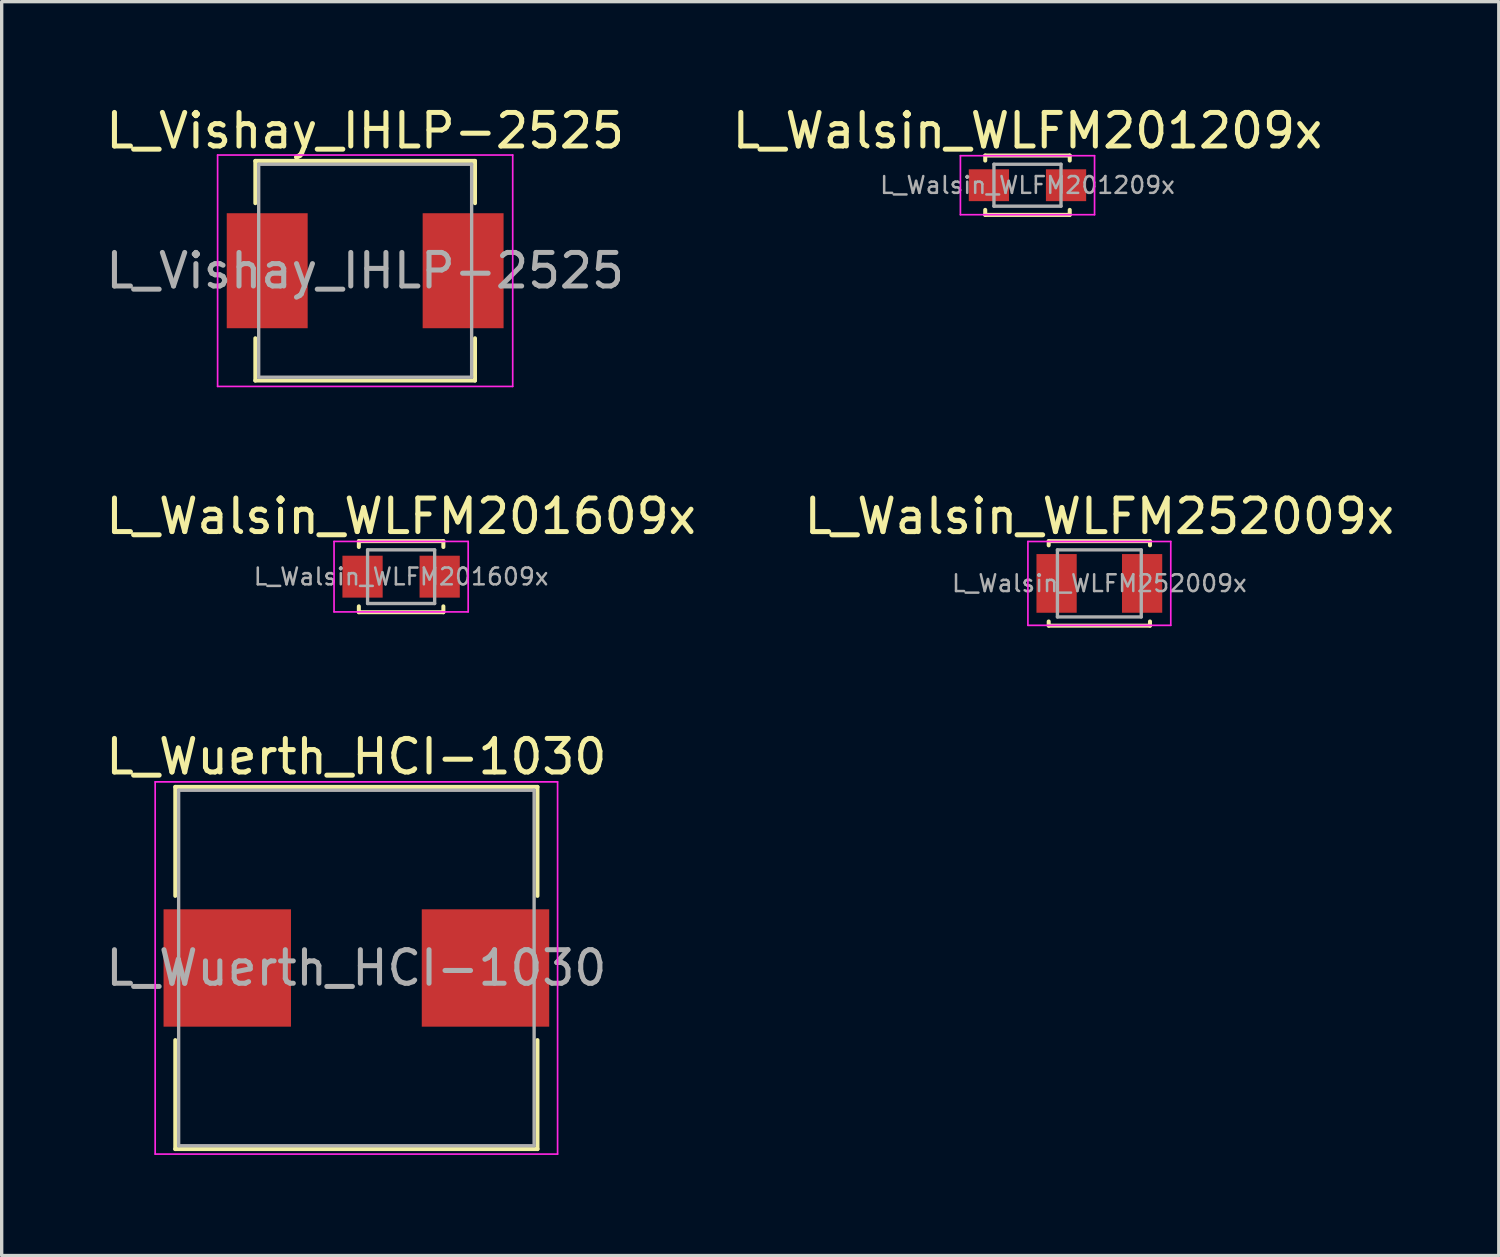
<source format=kicad_pcb>
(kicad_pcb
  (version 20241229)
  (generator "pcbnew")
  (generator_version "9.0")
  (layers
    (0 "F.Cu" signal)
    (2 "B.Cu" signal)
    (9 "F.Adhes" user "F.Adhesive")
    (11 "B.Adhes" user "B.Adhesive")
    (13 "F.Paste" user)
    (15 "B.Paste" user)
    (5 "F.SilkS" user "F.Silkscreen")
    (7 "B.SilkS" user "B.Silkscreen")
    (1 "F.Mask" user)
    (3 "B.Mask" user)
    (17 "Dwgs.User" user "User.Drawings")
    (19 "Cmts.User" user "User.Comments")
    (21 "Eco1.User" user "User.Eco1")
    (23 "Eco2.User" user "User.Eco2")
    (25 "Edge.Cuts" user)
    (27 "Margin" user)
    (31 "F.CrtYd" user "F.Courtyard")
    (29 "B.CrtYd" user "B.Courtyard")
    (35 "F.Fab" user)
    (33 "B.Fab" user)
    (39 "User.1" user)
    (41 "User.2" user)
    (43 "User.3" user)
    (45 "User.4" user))
  (footprint "L_Walsin_WLFM201609x"
    (layer "F.Cu")
    (at 8.911 14.146)
    (property "Reference" "L_Walsin_WLFM201609x" (at 0 -1.8 0) (layer "F.SilkS") (effects (font (size 1 1) (thickness 0.15))))
    (attr smd)
    (fp_line (start -1.26 -1.06) (end -1.26 -0.885) (stroke (width 0.12) (type solid)) (layer "F.SilkS"))
    (fp_line (start -1.26 -1.06) (end 1.26 -1.06) (stroke (width 0.12) (type solid)) (layer "F.SilkS"))
    (fp_line (start -1.26 1.06) (end -1.26 0.885) (stroke (width 0.12) (type solid)) (layer "F.SilkS"))
    (fp_line (start -1.26 1.06) (end 1.26 1.06) (stroke (width 0.12) (type solid)) (layer "F.SilkS"))
    (fp_line (start 1.26 -1.06) (end 1.26 -0.885) (stroke (width 0.12) (type solid)) (layer "F.SilkS"))
    (fp_line (start 1.26 1.06) (end 1.26 0.885) (stroke (width 0.12) (type solid)) (layer "F.SilkS"))
    (fp_line (start -2 -1.05) (end -2 1.05) (stroke (width 0.05) (type solid)) (layer "F.CrtYd"))
    (fp_line (start -2 1.05) (end 2 1.05) (stroke (width 0.05) (type solid)) (layer "F.CrtYd"))
    (fp_line (start 2 -1.05) (end -2 -1.05) (stroke (width 0.05) (type solid)) (layer "F.CrtYd"))
    (fp_line (start 2 1.05) (end 2 -1.05) (stroke (width 0.05) (type solid)) (layer "F.CrtYd"))
    (fp_line (start -1 -0.8) (end -1 0.8) (stroke (width 0.1) (type solid)) (layer "F.Fab"))
    (fp_line (start -1 0.8) (end 1 0.8) (stroke (width 0.1) (type solid)) (layer "F.Fab"))
    (fp_line (start 1 -0.8) (end -1 -0.8) (stroke (width 0.1) (type solid)) (layer "F.Fab"))
    (fp_line (start 1 0.8) (end 1 -0.8) (stroke (width 0.1) (type solid)) (layer "F.Fab"))
    (fp_text user "${REFERENCE}" (at 0 0 0) (layer "F.Fab") (effects (font (size 0.5 0.5) (thickness 0.075))))
    (pad "1" smd rect (at -1.15 0) (size 1.2 1.25) (layers "F.Cu" "F.Mask" "F.Paste"))
    (pad "2" smd rect (at 1.15 0) (size 1.2 1.25) (layers "F.Cu" "F.Mask" "F.Paste")))
  (footprint "L_Walsin_WLFM201209x"
    (layer "F.Cu")
    (at 27.589 2.473)
    (property "Reference" "L_Walsin_WLFM201209x" (at 0 -1.625 0) (layer "F.SilkS") (effects (font (size 1 1) (thickness 0.15))))
    (attr smd)
    (fp_line (start -1.26 -0.885) (end -1.26 -0.735) (stroke (width 0.12) (type solid)) (layer "F.SilkS"))
    (fp_line (start -1.26 -0.885) (end 1.26 -0.885) (stroke (width 0.12) (type solid)) (layer "F.SilkS"))
    (fp_line (start -1.26 0.885) (end -1.26 0.735) (stroke (width 0.12) (type solid)) (layer "F.SilkS"))
    (fp_line (start -1.26 0.885) (end 1.26 0.885) (stroke (width 0.12) (type solid)) (layer "F.SilkS"))
    (fp_line (start 1.26 -0.885) (end 1.26 -0.735) (stroke (width 0.12) (type solid)) (layer "F.SilkS"))
    (fp_line (start 1.26 0.885) (end 1.26 0.735) (stroke (width 0.12) (type solid)) (layer "F.SilkS"))
    (fp_line (start -2 -0.88) (end -2 0.88) (stroke (width 0.05) (type solid)) (layer "F.CrtYd"))
    (fp_line (start -2 0.88) (end 2 0.88) (stroke (width 0.05) (type solid)) (layer "F.CrtYd"))
    (fp_line (start 2 -0.88) (end -2 -0.88) (stroke (width 0.05) (type solid)) (layer "F.CrtYd"))
    (fp_line (start 2 0.88) (end 2 -0.88) (stroke (width 0.05) (type solid)) (layer "F.CrtYd"))
    (fp_line (start -1 -0.625) (end -1 0.625) (stroke (width 0.1) (type solid)) (layer "F.Fab"))
    (fp_line (start -1 0.625) (end 1 0.625) (stroke (width 0.1) (type solid)) (layer "F.Fab"))
    (fp_line (start 1 -0.625) (end -1 -0.625) (stroke (width 0.1) (type solid)) (layer "F.Fab"))
    (fp_line (start 1 0.625) (end 1 -0.625) (stroke (width 0.1) (type solid)) (layer "F.Fab"))
    (fp_text user "${REFERENCE}" (at 0 0 0) (layer "F.Fab") (effects (font (size 0.5 0.5) (thickness 0.075))))
    (pad "1" smd rect (at -1.15 0) (size 1.2 0.95) (layers "F.Cu" "F.Mask" "F.Paste"))
    (pad "2" smd rect (at 1.15 0) (size 1.2 0.95) (layers "F.Cu" "F.Mask" "F.Paste")))
  (footprint "L_Wuerth_HCI-1030"
    (layer "F.Cu")
    (at 7.577 25.815)
    (property "Reference" "L_Wuerth_HCI-1030" (at 0 -6.3 0) (layer "F.SilkS") (effects (font (size 1 1) (thickness 0.15))))
    (attr smd)
    (fp_line (start -5.4 -5.4) (end 5.4 -5.4) (stroke (width 0.12) (type solid)) (layer "F.SilkS"))
    (fp_line (start -5.4 -2.15) (end -5.4 -5.4) (stroke (width 0.12) (type solid)) (layer "F.SilkS"))
    (fp_line (start -5.4 2.15) (end -5.4 5.4) (stroke (width 0.12) (type solid)) (layer "F.SilkS"))
    (fp_line (start -5.4 5.4) (end 5.4 5.4) (stroke (width 0.12) (type solid)) (layer "F.SilkS"))
    (fp_line (start 5.4 -5.4) (end 5.4 -2.15) (stroke (width 0.12) (type solid)) (layer "F.SilkS"))
    (fp_line (start 5.4 5.4) (end 5.4 2.15) (stroke (width 0.12) (type solid)) (layer "F.SilkS"))
    (fp_line (start -6 -5.55) (end -6 5.55) (stroke (width 0.05) (type solid)) (layer "F.CrtYd"))
    (fp_line (start -6 5.55) (end 6 5.55) (stroke (width 0.05) (type solid)) (layer "F.CrtYd"))
    (fp_line (start 6 -5.55) (end -6 -5.55) (stroke (width 0.05) (type solid)) (layer "F.CrtYd"))
    (fp_line (start 6 5.55) (end 6 -5.55) (stroke (width 0.05) (type solid)) (layer "F.CrtYd"))
    (fp_line (start -5.3 -5.3) (end -5.3 5.3) (stroke (width 0.1) (type solid)) (layer "F.Fab"))
    (fp_line (start -5.3 5.3) (end 5.3 5.3) (stroke (width 0.1) (type solid)) (layer "F.Fab"))
    (fp_line (start 5.3 -5.3) (end -5.3 -5.3) (stroke (width 0.1) (type solid)) (layer "F.Fab"))
    (fp_line (start 5.3 5.3) (end 5.3 -5.3) (stroke (width 0.1) (type solid)) (layer "F.Fab"))
    (fp_text user "${REFERENCE}" (at 0 0 0) (layer "F.Fab") (effects (font (size 1 1) (thickness 0.15))))
    (pad "1" smd rect (at -3.85 0) (size 3.8 3.5) (layers "F.Cu" "F.Mask" "F.Paste"))
    (pad "2" smd rect (at 3.85 0) (size 3.8 3.5) (layers "F.Cu" "F.Mask" "F.Paste")))
  (footprint "L_Walsin_WLFM252009x"
    (layer "F.Cu")
    (at 29.732 14.347)
    (property "Reference" "L_Walsin_WLFM252009x" (at 0 -2 0) (layer "F.SilkS") (effects (font (size 1 1) (thickness 0.15))))
    (attr smd)
    (fp_line (start -1.51 -1.26) (end -1.51 -1.135) (stroke (width 0.12) (type solid)) (layer "F.SilkS"))
    (fp_line (start -1.51 -1.26) (end 1.51 -1.26) (stroke (width 0.12) (type solid)) (layer "F.SilkS"))
    (fp_line (start -1.51 1.26) (end -1.51 1.135) (stroke (width 0.12) (type solid)) (layer "F.SilkS"))
    (fp_line (start -1.51 1.26) (end 1.51 1.26) (stroke (width 0.12) (type solid)) (layer "F.SilkS"))
    (fp_line (start 1.51 -1.26) (end 1.51 -1.135) (stroke (width 0.12) (type solid)) (layer "F.SilkS"))
    (fp_line (start 1.51 1.26) (end 1.51 1.135) (stroke (width 0.12) (type solid)) (layer "F.SilkS"))
    (fp_line (start -2.13 -1.25) (end -2.13 1.25) (stroke (width 0.05) (type solid)) (layer "F.CrtYd"))
    (fp_line (start -2.13 1.25) (end 2.13 1.25) (stroke (width 0.05) (type solid)) (layer "F.CrtYd"))
    (fp_line (start 2.13 -1.25) (end -2.13 -1.25) (stroke (width 0.05) (type solid)) (layer "F.CrtYd"))
    (fp_line (start 2.13 1.25) (end 2.13 -1.25) (stroke (width 0.05) (type solid)) (layer "F.CrtYd"))
    (fp_line (start -1.25 -1) (end -1.25 1) (stroke (width 0.1) (type solid)) (layer "F.Fab"))
    (fp_line (start -1.25 1) (end 1.25 1) (stroke (width 0.1) (type solid)) (layer "F.Fab"))
    (fp_line (start 1.25 -1) (end -1.25 -1) (stroke (width 0.1) (type solid)) (layer "F.Fab"))
    (fp_line (start 1.25 1) (end 1.25 -1) (stroke (width 0.1) (type solid)) (layer "F.Fab"))
    (fp_text user "${REFERENCE}" (at 0 0 0) (layer "F.Fab") (effects (font (size 0.5 0.5) (thickness 0.075))))
    (pad "1" smd rect (at -1.275 0) (size 1.2 1.75) (layers "F.Cu" "F.Mask" "F.Paste"))
    (pad "2" smd rect (at 1.275 0) (size 1.2 1.75) (layers "F.Cu" "F.Mask" "F.Paste")))
  (footprint "L_Vishay_IHLP-2525"
    (layer "F.Cu")
    (at 7.839 5.023)
    (property "Reference" "L_Vishay_IHLP-2525" (at 0 -4.175 0) (layer "F.SilkS") (effects (font (size 1 1) (thickness 0.15))))
    (attr smd)
    (fp_line (start -3.275 -3.275) (end 3.275 -3.275) (stroke (width 0.12) (type solid)) (layer "F.SilkS"))
    (fp_line (start -3.275 -2.014) (end -3.275 -3.275) (stroke (width 0.12) (type solid)) (layer "F.SilkS"))
    (fp_line (start -3.275 2.014) (end -3.275 3.275) (stroke (width 0.12) (type solid)) (layer "F.SilkS"))
    (fp_line (start -3.275 3.275) (end 3.275 3.275) (stroke (width 0.12) (type solid)) (layer "F.SilkS"))
    (fp_line (start 3.275 -3.275) (end 3.275 -2.014) (stroke (width 0.12) (type solid)) (layer "F.SilkS"))
    (fp_line (start 3.275 3.275) (end 3.275 2.014) (stroke (width 0.12) (type solid)) (layer "F.SilkS"))
    (fp_line (start -4.4 -3.45) (end -4.4 3.45) (stroke (width 0.05) (type solid)) (layer "F.CrtYd"))
    (fp_line (start -4.4 3.45) (end 4.4 3.45) (stroke (width 0.05) (type solid)) (layer "F.CrtYd"))
    (fp_line (start 4.4 -3.45) (end -4.4 -3.45) (stroke (width 0.05) (type solid)) (layer "F.CrtYd"))
    (fp_line (start 4.4 3.45) (end 4.4 -3.45) (stroke (width 0.05) (type solid)) (layer "F.CrtYd"))
    (fp_line (start -3.175 -3.175) (end -3.175 3.175) (stroke (width 0.1) (type solid)) (layer "F.Fab"))
    (fp_line (start -3.175 3.175) (end 3.175 3.175) (stroke (width 0.1) (type solid)) (layer "F.Fab"))
    (fp_line (start 3.175 -3.175) (end -3.175 -3.175) (stroke (width 0.1) (type solid)) (layer "F.Fab"))
    (fp_line (start 3.175 3.175) (end 3.175 -3.175) (stroke (width 0.1) (type solid)) (layer "F.Fab"))
    (fp_text user "${REFERENCE}" (at 0 0 0) (layer "F.Fab") (effects (font (size 1 1) (thickness 0.15))))
    (pad "1" smd rect (at -2.921 0) (size 2.413 3.429) (layers "F.Cu" "F.Mask" "F.Paste"))
    (pad "2" smd rect (at 2.921 0) (size 2.413 3.429) (layers "F.Cu" "F.Mask" "F.Paste")))
  (gr_rect
    (start -3 -3)
    (end 41.643 34.39)
    (stroke (width 0.1) (type default))
    (fill no)
    (layer "Edge.Cuts")))
</source>
